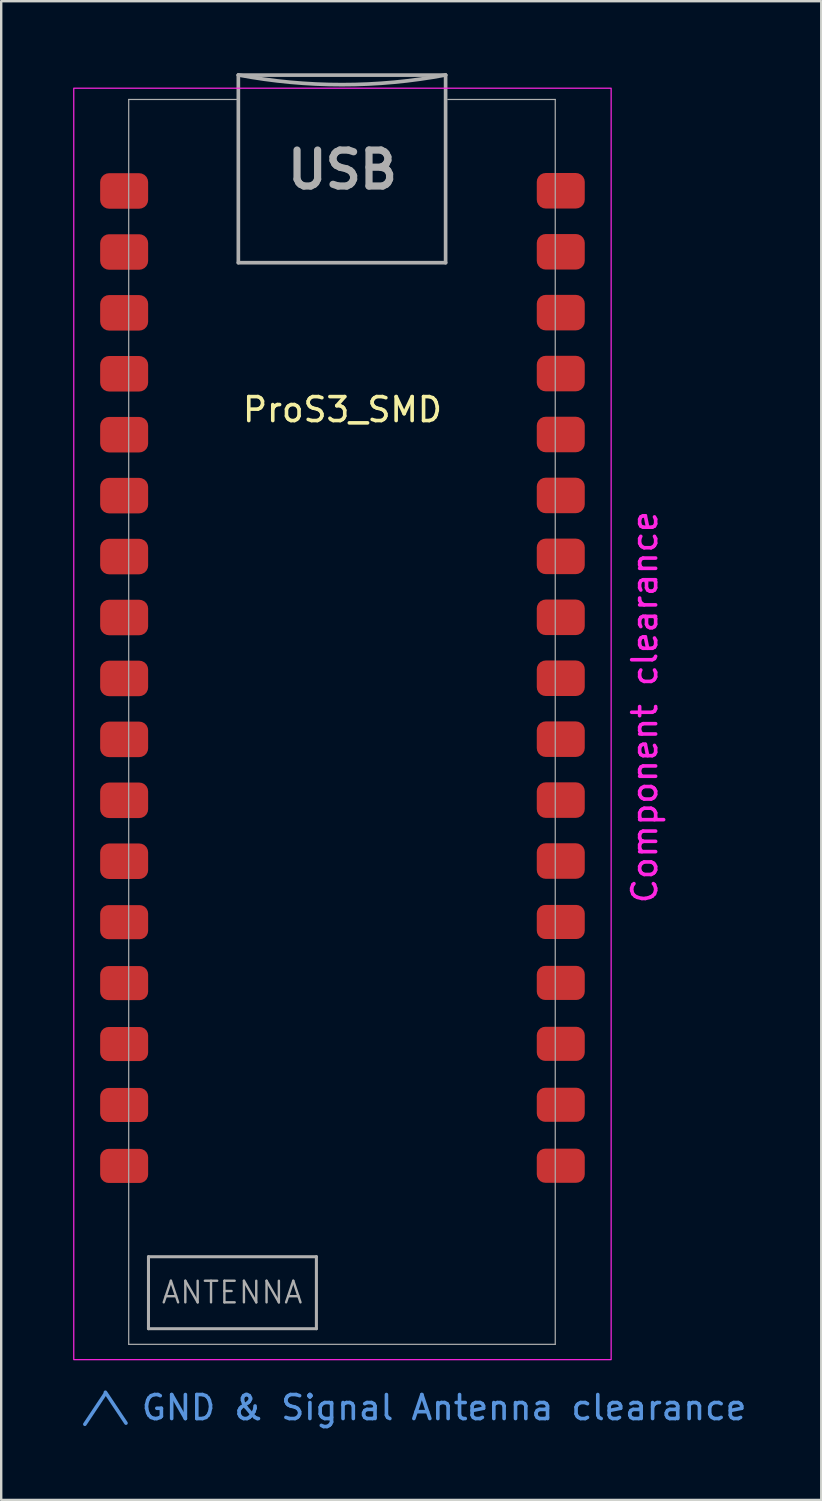
<source format=kicad_pcb>
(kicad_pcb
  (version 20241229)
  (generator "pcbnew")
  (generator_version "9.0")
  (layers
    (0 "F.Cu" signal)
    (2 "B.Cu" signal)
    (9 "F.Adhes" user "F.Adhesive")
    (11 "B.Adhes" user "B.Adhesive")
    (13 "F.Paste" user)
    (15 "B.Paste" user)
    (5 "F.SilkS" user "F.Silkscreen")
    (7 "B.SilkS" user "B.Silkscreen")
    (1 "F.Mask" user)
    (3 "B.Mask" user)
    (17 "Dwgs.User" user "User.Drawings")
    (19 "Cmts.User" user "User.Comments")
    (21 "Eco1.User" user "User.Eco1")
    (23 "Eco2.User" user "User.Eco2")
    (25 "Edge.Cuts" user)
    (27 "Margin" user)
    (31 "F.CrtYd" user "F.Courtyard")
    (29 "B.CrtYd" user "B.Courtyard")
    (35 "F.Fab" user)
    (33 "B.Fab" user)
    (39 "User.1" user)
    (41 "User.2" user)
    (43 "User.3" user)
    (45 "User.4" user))
  (footprint "ProS3_SMD"
    (layer "F.Cu")
    (at 11.225 26.426)
    (property "Reference" "ProS3_SMD" (at 0 -12.4 0) (unlocked yes) (layer "F.SilkS") (effects (font (size 1 1) (thickness 0.15))))
    (attr smd)
    (fp_rect (start -11.2 -25.8) (end 11.2 27.2) (stroke (width 0.05) (type solid)) (fill no) (layer "F.CrtYd"))
    (fp_line (start -8.91 26.562) (end -8.91 -25.33) (stroke (width 0.05) (type solid)) (layer "F.Fab"))
    (fp_line (start -8.91 26.562) (end 8.87 26.562) (stroke (width 0.05) (type solid)) (layer "F.Fab"))
    (fp_line (start -8.086 22.91) (end -1.086 22.91) (stroke (width 0.127) (type solid)) (layer "F.Fab"))
    (fp_line (start -8.086 25.91) (end -8.086 22.91) (stroke (width 0.127) (type solid)) (layer "F.Fab"))
    (fp_line (start -4.41 -25.33) (end -8.91 -25.33) (stroke (width 0.05) (type solid)) (layer "F.Fab"))
    (fp_line (start -4.34 -18.525) (end -4.34 -26.345) (stroke (width 0.152) (type solid)) (layer "F.Fab"))
    (fp_line (start -4.34 -18.515) (end -4.34 -18.525) (stroke (width 0.01) (type solid)) (layer "F.Fab"))
    (fp_line (start -1.086 22.91) (end -1.086 25.91) (stroke (width 0.127) (type solid)) (layer "F.Fab"))
    (fp_line (start -1.086 25.91) (end -8.086 25.91) (stroke (width 0.127) (type solid)) (layer "F.Fab"))
    (fp_line (start 4.3 -26.345) (end -4.34 -26.345) (stroke (width 0.152) (type solid)) (layer "F.Fab"))
    (fp_line (start 4.3 -26.345) (end 4.3 -18.525) (stroke (width 0.152) (type solid)) (layer "F.Fab"))
    (fp_line (start 4.3 -18.525) (end -4.34 -18.525) (stroke (width 0.152) (type solid)) (layer "F.Fab"))
    (fp_line (start 4.3 -18.515) (end 4.3 -18.525) (stroke (width 0.01) (type solid)) (layer "F.Fab"))
    (fp_line (start 8.87 -25.33) (end 4.391 -25.33) (stroke (width 0.05) (type solid)) (layer "F.Fab"))
    (fp_line (start 8.87 -25.33) (end 8.87 26.562) (stroke (width 0.05) (type solid)) (layer "F.Fab"))
    (fp_arc (start 4.3 -26.35) (mid -0.02 -25.947675) (end -4.34 -26.35) (stroke (width 0.1524) (type solid)) (layer "F.Fab"))
    (fp_text user "/\\ GND & Signal Antenna clearance" (at 3 29.2 0) (unlocked yes) (layer "Cmts.User") (effects (font (size 1 1) (thickness 0.15))))
    (fp_text user "Component clearance" (at 12.6 0 90) (unlocked yes) (layer "F.CrtYd") (effects (font (size 1 1) (thickness 0.15))))
    (fp_text user "ANTENNA" (at -4.6 24.4 0) (unlocked yes) (layer "F.Fab") (effects (font (size 0.9 0.9) (thickness 0.1))))
    (fp_text user "USB" (at 0 -22.4 0) (unlocked yes) (layer "F.Fab") (effects (font (size 1.5 1.5) (thickness 0.3))))
    (pad "1" smd roundrect (at 9.6 -21.524) (size 2 1.48) (drill (offset -0.5 0)) (layers "F.Cu" "F.Mask" "F.Paste") (roundrect_rratio 0.25))
    (pad "2" smd roundrect (at 9.6 -18.98) (size 2 1.48) (drill (offset -0.5 0)) (layers "F.Cu" "F.Mask" "F.Paste") (roundrect_rratio 0.25))
    (pad "3" smd roundrect (at 9.6 -16.444) (size 2 1.48) (drill (offset -0.5 0)) (layers "F.Cu" "F.Mask" "F.Paste") (roundrect_rratio 0.25))
    (pad "4" smd roundrect (at 9.6 -13.904) (size 2 1.48) (drill (offset -0.5 0)) (layers "F.Cu" "F.Mask" "F.Paste") (roundrect_rratio 0.25))
    (pad "5" smd roundrect (at 9.6 -11.364) (size 2 1.48) (drill (offset -0.5 0)) (layers "F.Cu" "F.Mask" "F.Paste") (roundrect_rratio 0.25))
    (pad "6" smd roundrect (at 9.6 -8.824) (size 2 1.48) (drill (offset -0.5 0)) (layers "F.Cu" "F.Mask" "F.Paste") (roundrect_rratio 0.25))
    (pad "7" smd roundrect (at 9.6 -6.284) (size 2 1.48) (drill (offset -0.5 0)) (layers "F.Cu" "F.Mask" "F.Paste") (roundrect_rratio 0.25))
    (pad "8" smd roundrect (at 9.6 -3.744) (size 2 1.48) (drill (offset -0.5 0)) (layers "F.Cu" "F.Mask" "F.Paste") (roundrect_rratio 0.25))
    (pad "9" smd roundrect (at 9.6 -1.204) (size 2 1.48) (drill (offset -0.5 0)) (layers "F.Cu" "F.Mask" "F.Paste") (roundrect_rratio 0.25))
    (pad "10" smd roundrect (at 9.6 1.336) (size 2 1.48) (drill (offset -0.5 0)) (layers "F.Cu" "F.Mask" "F.Paste") (roundrect_rratio 0.25))
    (pad "11" smd roundrect (at 9.6 3.876) (size 2 1.48) (drill (offset -0.5 0)) (layers "F.Cu" "F.Mask" "F.Paste") (roundrect_rratio 0.25))
    (pad "12" smd roundrect (at 9.6 6.416) (size 2 1.48) (drill (offset -0.5 0)) (layers "F.Cu" "F.Mask" "F.Paste") (roundrect_rratio 0.25))
    (pad "13" smd roundrect (at 9.6 8.956) (size 2 1.422) (drill (offset -0.5 0)) (layers "F.Cu" "F.Mask" "F.Paste") (roundrect_rratio 0.25))
    (pad "14" smd roundrect (at 9.6 11.496) (size 2 1.422) (drill (offset -0.5 0)) (layers "F.Cu" "F.Mask" "F.Paste") (roundrect_rratio 0.25))
    (pad "15" smd roundrect (at 9.6 14.036) (size 2 1.422) (drill (offset -0.5 0)) (layers "F.Cu" "F.Mask" "F.Paste") (roundrect_rratio 0.25))
    (pad "16" smd roundrect (at 9.6 16.576) (size 2 1.422) (drill (offset -0.5 0)) (layers "F.Cu" "F.Mask" "F.Paste") (roundrect_rratio 0.25))
    (pad "17" smd roundrect (at 9.6 19.116) (size 2 1.422) (drill (offset -0.5 0)) (layers "F.Cu" "F.Mask" "F.Paste") (roundrect_rratio 0.25))
    (pad "18" smd roundrect (at -9.6 19.124) (size 2 1.422) (drill (offset 0.5 0)) (layers "F.Cu" "F.Mask" "F.Paste") (roundrect_rratio 0.25))
    (pad "19" smd roundrect (at -9.6 16.584) (size 2 1.422) (drill (offset 0.5 0)) (layers "F.Cu" "F.Mask" "F.Paste") (roundrect_rratio 0.25))
    (pad "20" smd roundrect (at -9.6 14.044) (size 2 1.422) (drill (offset 0.5 0)) (layers "F.Cu" "F.Mask" "F.Paste") (roundrect_rratio 0.25))
    (pad "21" smd roundrect (at -9.6 11.504) (size 2 1.422) (drill (offset 0.5 0)) (layers "F.Cu" "F.Mask" "F.Paste") (roundrect_rratio 0.25))
    (pad "22" smd roundrect (at -9.6 8.964) (size 2 1.422) (drill (offset 0.5 0)) (layers "F.Cu" "F.Mask" "F.Paste") (roundrect_rratio 0.25))
    (pad "23" smd roundrect (at -9.6 6.424) (size 2 1.48) (drill (offset 0.5 0)) (layers "F.Cu" "F.Mask" "F.Paste") (roundrect_rratio 0.25))
    (pad "24" smd roundrect (at -9.6 3.884) (size 2 1.48) (drill (offset 0.5 0)) (layers "F.Cu" "F.Mask" "F.Paste") (roundrect_rratio 0.25))
    (pad "25" smd roundrect (at -9.6 1.344) (size 2 1.48) (drill (offset 0.5 0)) (layers "F.Cu" "F.Mask" "F.Paste") (roundrect_rratio 0.25))
    (pad "26" smd roundrect (at -9.6 -1.196) (size 2 1.48) (drill (offset 0.5 0)) (layers "F.Cu" "F.Mask" "F.Paste") (roundrect_rratio 0.25))
    (pad "27" smd roundrect (at -9.6 -3.736) (size 2 1.48) (drill (offset 0.5 0)) (layers "F.Cu" "F.Mask" "F.Paste") (roundrect_rratio 0.25))
    (pad "28" smd roundrect (at -9.6 -6.276) (size 2 1.48) (drill (offset 0.5 0)) (layers "F.Cu" "F.Mask" "F.Paste") (roundrect_rratio 0.25))
    (pad "29" smd roundrect (at -9.6 -8.816) (size 2 1.48) (drill (offset 0.5 0)) (layers "F.Cu" "F.Mask" "F.Paste") (roundrect_rratio 0.25))
    (pad "30" smd roundrect (at -9.6 -11.356) (size 2 1.48) (drill (offset 0.5 0)) (layers "F.Cu" "F.Mask" "F.Paste") (roundrect_rratio 0.25))
    (pad "31" smd roundrect (at -9.6 -13.896) (size 2 1.48) (drill (offset 0.5 0)) (layers "F.Cu" "F.Mask" "F.Paste") (roundrect_rratio 0.25))
    (pad "32" smd roundrect (at -9.6 -16.436) (size 2 1.48) (drill (offset 0.5 0)) (layers "F.Cu" "F.Mask" "F.Paste") (roundrect_rratio 0.25))
    (pad "33" smd roundrect (at -9.6 -18.972) (size 2 1.48) (drill (offset 0.5 0)) (layers "F.Cu" "F.Mask" "F.Paste") (roundrect_rratio 0.25))
    (pad "34" smd roundrect (at -9.6 -21.516) (size 2 1.48) (drill (offset 0.5 0)) (layers "F.Cu" "F.Mask" "F.Paste") (roundrect_rratio 0.25))
    (zone (net_name "") (layers "F.Cu" "B.Cu") (name "GND Clearance") (hatch edge 0.508) (connect_pads) (min_thickness 0.254) (filled_areas_thickness no) (keepout (tracks not_allowed) (vias not_allowed) (pads not_allowed) (copperpour not_allowed) (footprints not_allowed)) (placement (enabled no)) (fill) (polygon (pts (xy 12.025 54.426) (xy 0.425 54.426) (xy 0.425 47.626) (xy 12.025 47.626)))))
  (gr_rect
    (start -3 -3)
    (end 31.183 59.474)
    (stroke (width 0.1) (type default))
    (fill no)
    (layer "Edge.Cuts")))
</source>
